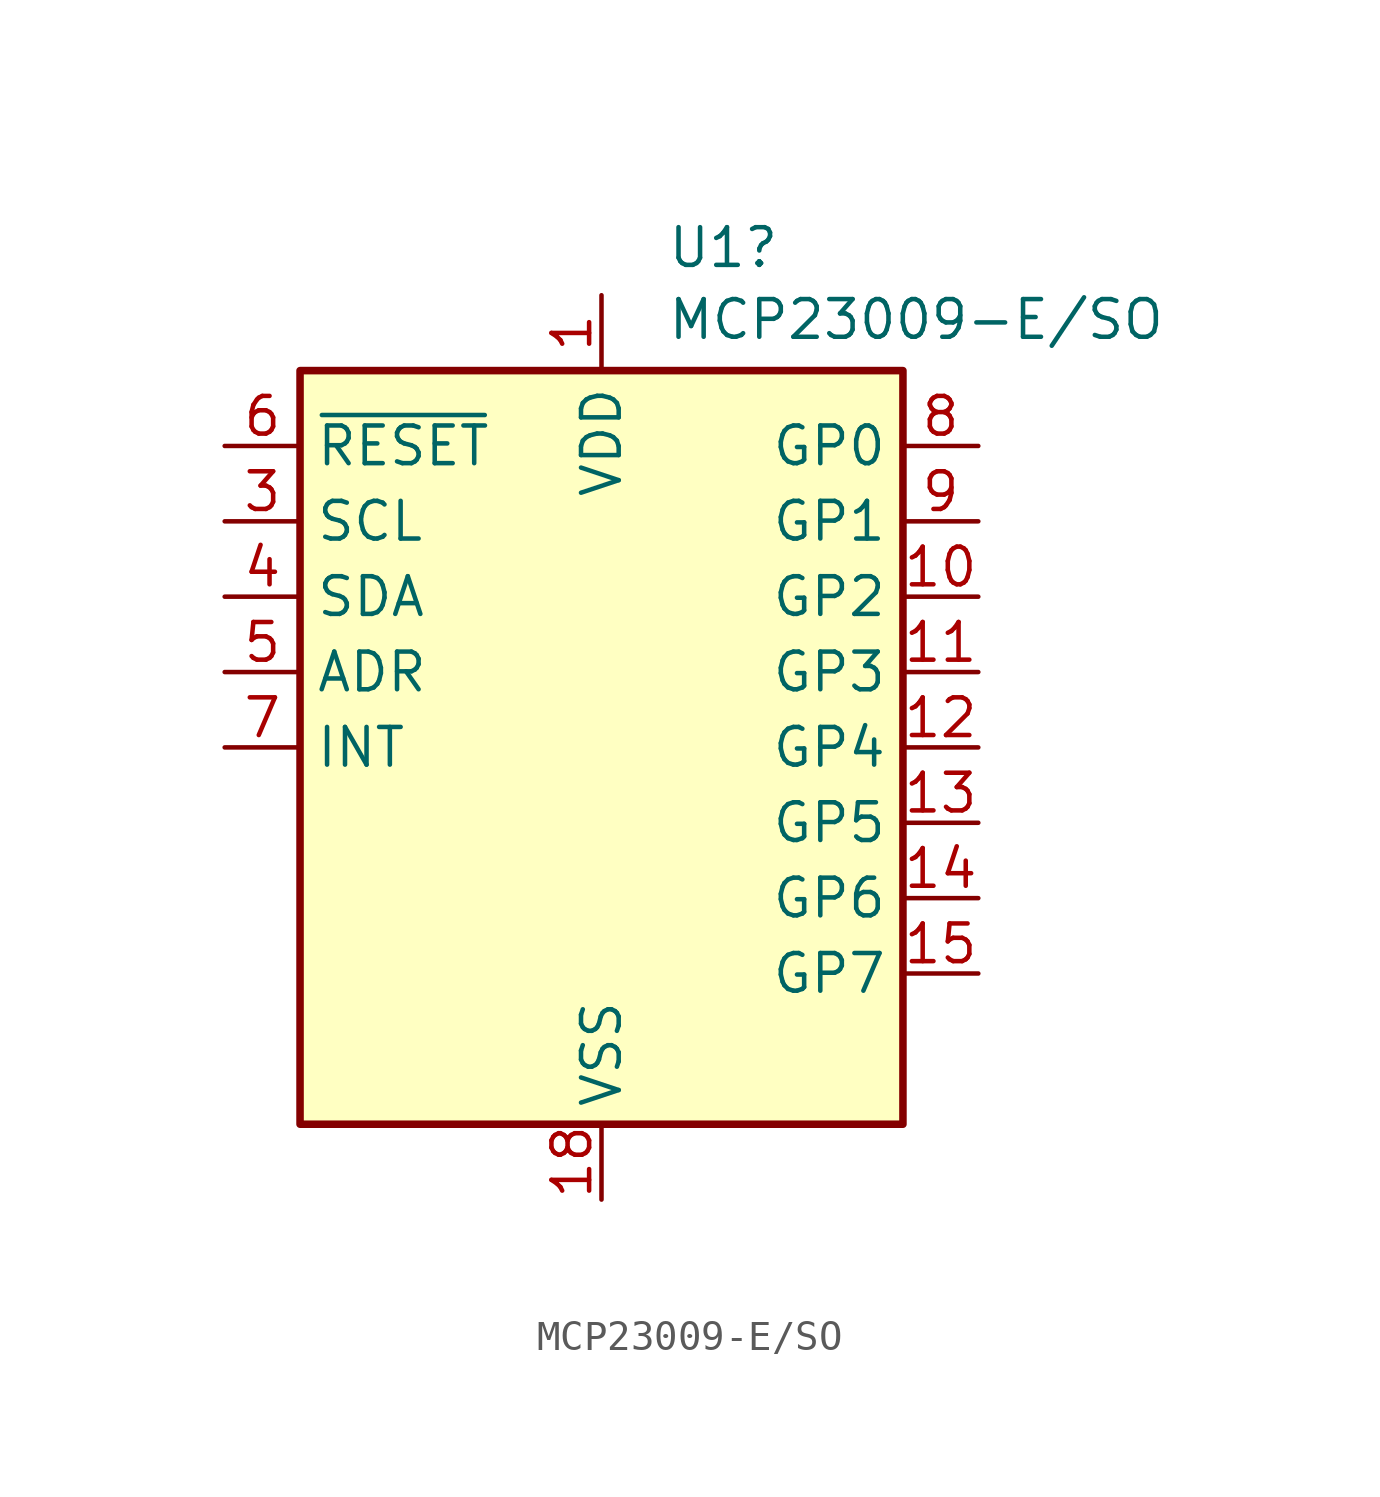
<source format=kicad_sym>
(kicad_symbol_lib
  (version 20220914)
  (generator kicad_symbol_editor)
  (symbol "MCP23009-E/SO"
    (property "Reference" "U1"
      (at 2.194 16.844 0)
      (effects (font (size 1.27 1.27)) (justify left)))
    (property "Value" "MCP23009-E/SO"
      (at 2.194 14.42 0)
      (effects (font (size 1.27 1.27)) (justify left)))
    (symbol "MCP23009-E/SO_0_1"
      (rectangle (start -10.16 12.7) (end 10.16 -12.7) (stroke (width 0.254) (type default)) (fill (type background))))
    (symbol "MCP23009-E/SO_1_1"
      (pin power_in line (at 0 15.24 270) (length 2.54) (name "VDD" (effects (font (size 1.27 1.27)))) (number "1" (effects (font (size 1.27 1.27)))))
      (pin bidirectional line (at 12.7 5.08 180) (length 2.54) (name "GP2" (effects (font (size 1.27 1.27)))) (number "10" (effects (font (size 1.27 1.27)))))
      (pin bidirectional line (at 12.7 2.54 180) (length 2.54) (name "GP3" (effects (font (size 1.27 1.27)))) (number "11" (effects (font (size 1.27 1.27)))))
      (pin bidirectional line (at 12.7 0 180) (length 2.54) (name "GP4" (effects (font (size 1.27 1.27)))) (number "12" (effects (font (size 1.27 1.27)))))
      (pin bidirectional line (at 12.7 -2.54 180) (length 2.54) (name "GP5" (effects (font (size 1.27 1.27)))) (number "13" (effects (font (size 1.27 1.27)))))
      (pin bidirectional line (at 12.7 -5.08 180) (length 2.54) (name "GP6" (effects (font (size 1.27 1.27)))) (number "14" (effects (font (size 1.27 1.27)))))
      (pin bidirectional line (at 12.7 -7.62 180) (length 2.54) (name "GP7" (effects (font (size 1.27 1.27)))) (number "15" (effects (font (size 1.27 1.27)))))
      (pin no_connect line (at -10.16 -8.89 0) (length 2.54) hide (name "NC" (effects (font (size 1.27 1.27)))) (number "16" (effects (font (size 1.27 1.27)))))
      (pin no_connect line (at -10.16 -11.43 0) (length 2.54) hide (name "NC" (effects (font (size 1.27 1.27)))) (number "17" (effects (font (size 1.27 1.27)))))
      (pin power_in line (at 0 -15.24 90) (length 2.54) (name "VSS" (effects (font (size 1.27 1.27)))) (number "18" (effects (font (size 1.27 1.27)))))
      (pin no_connect line (at -10.16 -6.35 0) (length 2.54) hide (name "NC" (effects (font (size 1.27 1.27)))) (number "2" (effects (font (size 1.27 1.27)))))
      (pin input line (at -12.7 7.62 0) (length 2.54) (name "SCL" (effects (font (size 1.27 1.27)))) (number "3" (effects (font (size 1.27 1.27)))))
      (pin bidirectional line (at -12.7 5.08 0) (length 2.54) (name "SDA" (effects (font (size 1.27 1.27)))) (number "4" (effects (font (size 1.27 1.27)))))
      (pin input line (at -12.7 2.54 0) (length 2.54) (name "ADR" (effects (font (size 1.27 1.27)))) (number "5" (effects (font (size 1.27 1.27)))))
      (pin input line (at -12.7 10.16 0) (length 2.54) (name "~{RESET}" (effects (font (size 1.27 1.27)))) (number "6" (effects (font (size 1.27 1.27)))))
      (pin output line (at -12.7 0 0) (length 2.54) (name "INT" (effects (font (size 1.27 1.27)))) (number "7" (effects (font (size 1.27 1.27)))) (alternate "INT" open_collector line))
      (pin bidirectional line (at 12.7 10.16 180) (length 2.54) (name "GP0" (effects (font (size 1.27 1.27)))) (number "8" (effects (font (size 1.27 1.27)))))
      (pin bidirectional line (at 12.7 7.62 180) (length 2.54) (name "GP1" (effects (font (size 1.27 1.27)))) (number "9" (effects (font (size 1.27 1.27))))))))
</source>
